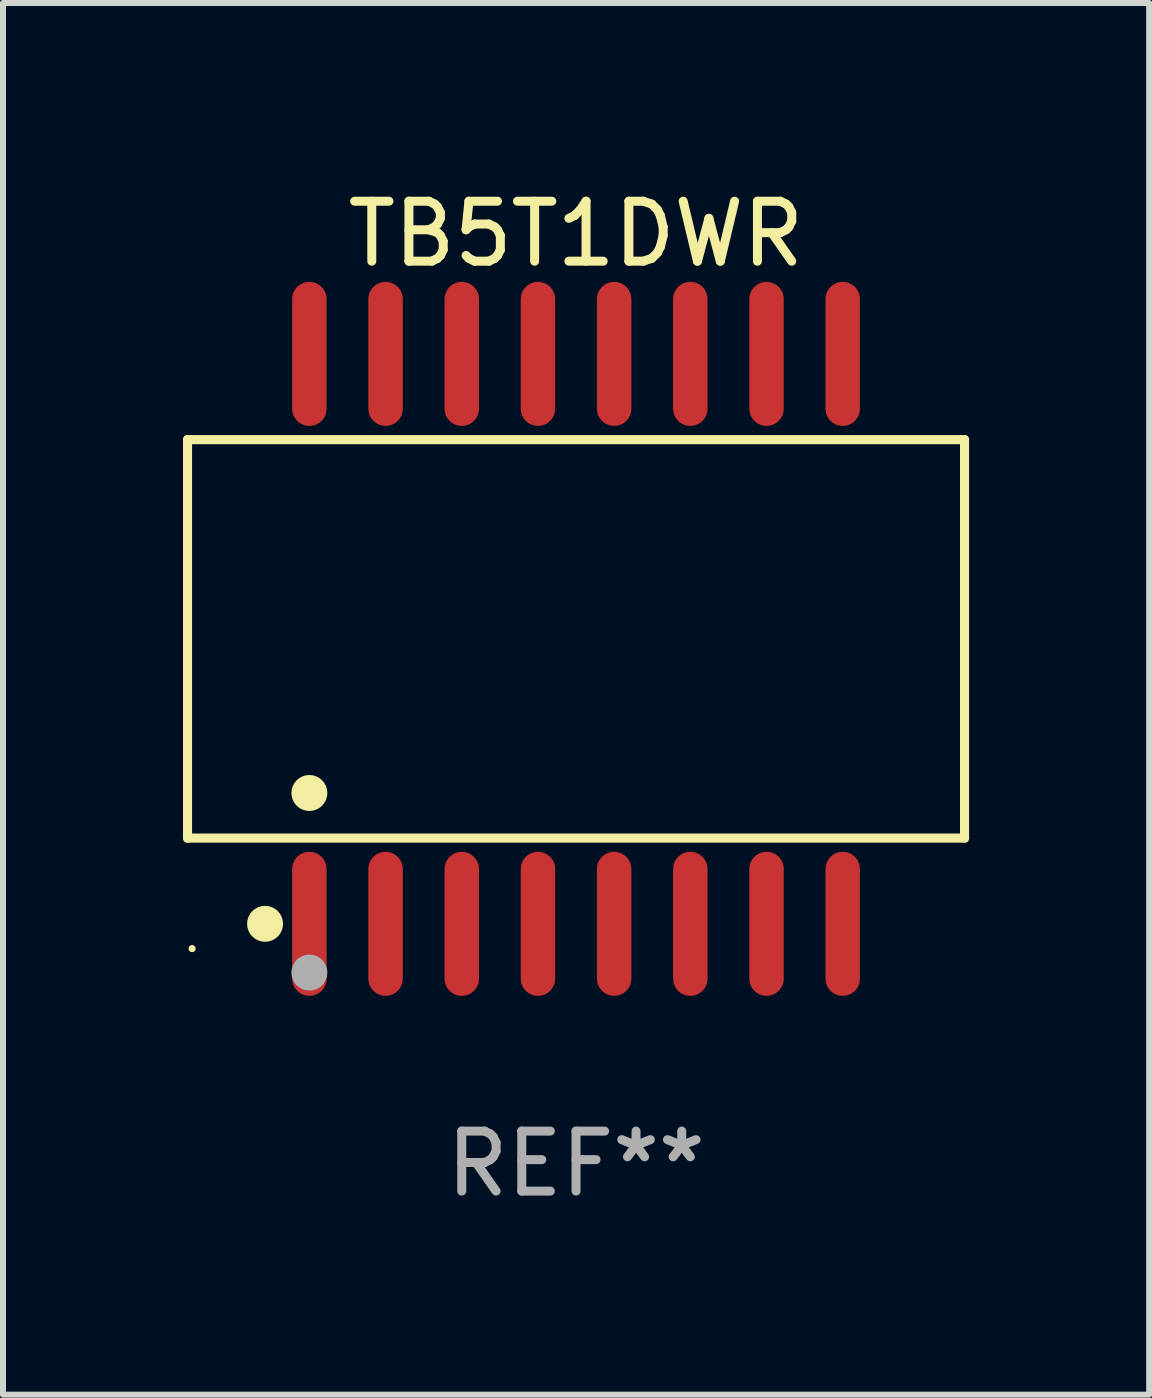
<source format=kicad_pcb>
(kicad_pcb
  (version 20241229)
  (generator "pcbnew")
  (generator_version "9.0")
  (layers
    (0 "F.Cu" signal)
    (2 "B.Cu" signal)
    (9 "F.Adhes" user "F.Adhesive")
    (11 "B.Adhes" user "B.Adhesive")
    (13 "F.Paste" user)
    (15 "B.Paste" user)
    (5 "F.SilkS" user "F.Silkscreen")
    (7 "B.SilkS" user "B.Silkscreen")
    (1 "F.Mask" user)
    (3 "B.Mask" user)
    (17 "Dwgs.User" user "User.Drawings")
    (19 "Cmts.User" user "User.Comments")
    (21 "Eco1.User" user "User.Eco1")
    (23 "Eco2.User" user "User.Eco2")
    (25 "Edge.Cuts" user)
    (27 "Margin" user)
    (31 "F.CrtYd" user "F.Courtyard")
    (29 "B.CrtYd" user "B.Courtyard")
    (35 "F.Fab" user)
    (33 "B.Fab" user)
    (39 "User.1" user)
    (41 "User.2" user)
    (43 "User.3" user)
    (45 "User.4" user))
  (footprint "TB5T1DWR"
    (layer "F.Cu")
    (at 6.552 7.599)
    (property "Reference" "TB5T1DWR" (at 0 -6.75 0) (layer "F.SilkS") (effects (font (size 1 1) (thickness 0.15))))
    (attr through_hole)
    (fp_line (start -6.476 -3.321) (end 6.476 -3.321) (stroke (width 0.152) (type solid)) (layer "F.SilkS"))
    (fp_line (start -6.476 3.321) (end -6.476 -3.321) (stroke (width 0.152) (type solid)) (layer "F.SilkS"))
    (fp_line (start 6.476 -3.321) (end 6.476 3.321) (stroke (width 0.152) (type solid)) (layer "F.SilkS"))
    (fp_line (start 6.476 3.321) (end -6.476 3.321) (stroke (width 0.152) (type solid)) (layer "F.SilkS"))
    (fp_circle (center -6.4 5.163) (end -6.37 5.163) (stroke (width 0.06) (type solid)) (fill no) (layer "F.SilkS"))
    (fp_circle (center -5.184 4.75) (end -5.034 4.75) (stroke (width 0.3) (type solid)) (fill no) (layer "F.SilkS"))
    (fp_circle (center -4.445 2.569) (end -4.295 2.569) (stroke (width 0.3) (type solid)) (fill no) (layer "F.SilkS"))
    (fp_circle (center -4.445 5.563) (end -4.295 5.563) (stroke (width 0.3) (type solid)) (fill no) (layer "F.Fab"))
    (fp_text user "REF**" (at 0 8.75 0) (layer "F.Fab") (effects (font (size 1 1) (thickness 0.15))))
    (pad "1" smd oval (at -4.445 4.75) (size 0.574 2.401) (layers "F.Cu" "F.Mask" "F.Paste"))
    (pad "2" smd oval (at -3.175 4.75) (size 0.574 2.401) (layers "F.Cu" "F.Mask" "F.Paste"))
    (pad "3" smd oval (at -1.905 4.75) (size 0.574 2.401) (layers "F.Cu" "F.Mask" "F.Paste"))
    (pad "4" smd oval (at -0.635 4.75) (size 0.574 2.401) (layers "F.Cu" "F.Mask" "F.Paste"))
    (pad "5" smd oval (at 0.635 4.75) (size 0.574 2.401) (layers "F.Cu" "F.Mask" "F.Paste"))
    (pad "6" smd oval (at 1.905 4.75) (size 0.574 2.401) (layers "F.Cu" "F.Mask" "F.Paste"))
    (pad "7" smd oval (at 3.175 4.75) (size 0.574 2.401) (layers "F.Cu" "F.Mask" "F.Paste"))
    (pad "8" smd oval (at 4.445 4.75) (size 0.574 2.401) (layers "F.Cu" "F.Mask" "F.Paste"))
    (pad "9" smd oval (at 4.445 -4.75) (size 0.574 2.401) (layers "F.Cu" "F.Mask" "F.Paste"))
    (pad "10" smd oval (at 3.175 -4.75) (size 0.574 2.401) (layers "F.Cu" "F.Mask" "F.Paste"))
    (pad "11" smd oval (at 1.905 -4.75) (size 0.574 2.401) (layers "F.Cu" "F.Mask" "F.Paste"))
    (pad "12" smd oval (at 0.635 -4.75) (size 0.574 2.401) (layers "F.Cu" "F.Mask" "F.Paste"))
    (pad "13" smd oval (at -0.635 -4.75) (size 0.574 2.401) (layers "F.Cu" "F.Mask" "F.Paste"))
    (pad "14" smd oval (at -1.905 -4.75) (size 0.574 2.401) (layers "F.Cu" "F.Mask" "F.Paste"))
    (pad "15" smd oval (at -3.175 -4.75) (size 0.574 2.401) (layers "F.Cu" "F.Mask" "F.Paste"))
    (pad "16" smd oval (at -4.445 -4.75) (size 0.574 2.401) (layers "F.Cu" "F.Mask" "F.Paste")))
  (gr_rect
    (start -3 -3)
    (end 16.105 20.197)
    (stroke (width 0.1) (type default))
    (fill no)
    (layer "Edge.Cuts")))
</source>
